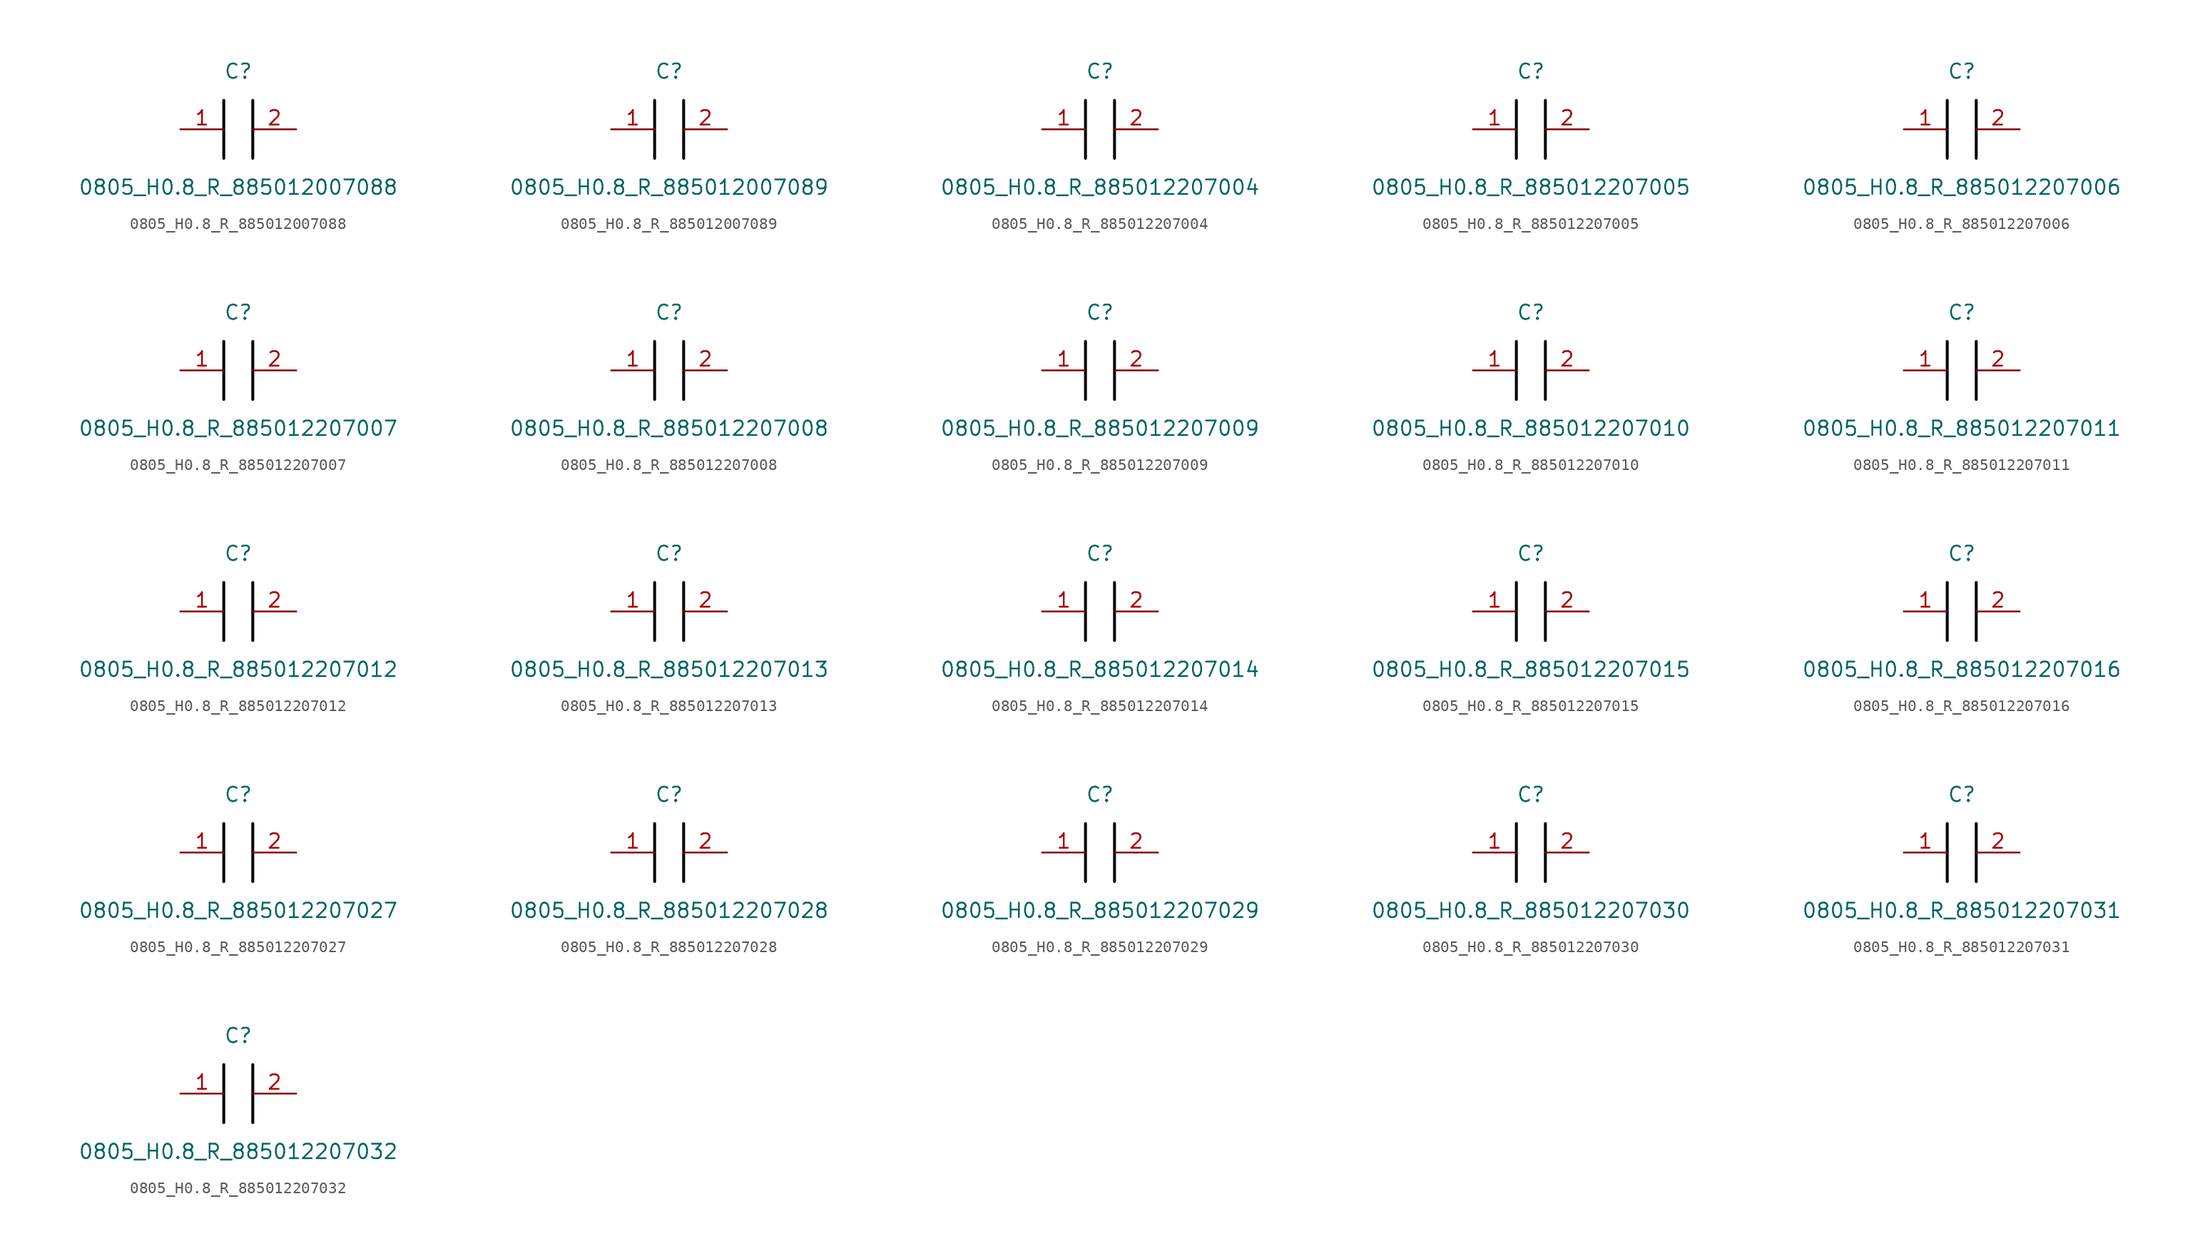
<source format=kicad_sym>
(kicad_symbol_lib
  (version 20220914)
  (generator kicad_symbol_editor)
  (symbol "0805_H0.8_R_885012007088"
    (pin_names hide)
    (property "Reference" "C"
      (at 0 5.08 0)
      (effects (font (size 1.27 1.27))))
    (property "Value" "0805_H0.8_R_885012007088"
      (at 0 -5.08 0)
      (effects (font (size 1.27 1.27))))
    (symbol "0805_H0.8_R_885012007088_1_1"
      (polyline (pts (xy -1.27 2.54) (xy -1.27 -2.54)) (stroke (width 0.254) (type default) (color 0 0 0 1)) (fill (type none)))
      (polyline (pts (xy 1.27 2.54) (xy 1.27 -2.54)) (stroke (width 0.254) (type default) (color 0 0 0 1)) (fill (type none)))
      (pin passive line (at -5.08 0 0) (length 3.81) (name "1" (effects (font (size 1.27 1.27)))) (number "1" (effects (font (size 1.27 1.27)))))
      (pin passive line (at 5.08 0 180) (length 3.81) (name "2" (effects (font (size 1.27 1.27)))) (number "2" (effects (font (size 1.27 1.27)))))))
  (symbol "0805_H0.8_R_885012007089"
    (pin_names hide)
    (property "Reference" "C"
      (at 0 5.08 0)
      (effects (font (size 1.27 1.27))))
    (property "Value" "0805_H0.8_R_885012007089"
      (at 0 -5.08 0)
      (effects (font (size 1.27 1.27))))
    (symbol "0805_H0.8_R_885012007089_1_1"
      (polyline (pts (xy -1.27 2.54) (xy -1.27 -2.54)) (stroke (width 0.254) (type default) (color 0 0 0 1)) (fill (type none)))
      (polyline (pts (xy 1.27 2.54) (xy 1.27 -2.54)) (stroke (width 0.254) (type default) (color 0 0 0 1)) (fill (type none)))
      (pin passive line (at -5.08 0 0) (length 3.81) (name "1" (effects (font (size 1.27 1.27)))) (number "1" (effects (font (size 1.27 1.27)))))
      (pin passive line (at 5.08 0 180) (length 3.81) (name "2" (effects (font (size 1.27 1.27)))) (number "2" (effects (font (size 1.27 1.27)))))))
  (symbol "0805_H0.8_R_885012207004"
    (pin_names hide)
    (property "Reference" "C"
      (at 0 5.08 0)
      (effects (font (size 1.27 1.27))))
    (property "Value" "0805_H0.8_R_885012207004"
      (at 0 -5.08 0)
      (effects (font (size 1.27 1.27))))
    (symbol "0805_H0.8_R_885012207004_1_1"
      (polyline (pts (xy -1.27 2.54) (xy -1.27 -2.54)) (stroke (width 0.254) (type default) (color 0 0 0 1)) (fill (type none)))
      (polyline (pts (xy 1.27 2.54) (xy 1.27 -2.54)) (stroke (width 0.254) (type default) (color 0 0 0 1)) (fill (type none)))
      (pin passive line (at -5.08 0 0) (length 3.81) (name "1" (effects (font (size 1.27 1.27)))) (number "1" (effects (font (size 1.27 1.27)))))
      (pin passive line (at 5.08 0 180) (length 3.81) (name "2" (effects (font (size 1.27 1.27)))) (number "2" (effects (font (size 1.27 1.27)))))))
  (symbol "0805_H0.8_R_885012207005"
    (pin_names hide)
    (property "Reference" "C"
      (at 0 5.08 0)
      (effects (font (size 1.27 1.27))))
    (property "Value" "0805_H0.8_R_885012207005"
      (at 0 -5.08 0)
      (effects (font (size 1.27 1.27))))
    (symbol "0805_H0.8_R_885012207005_1_1"
      (polyline (pts (xy -1.27 2.54) (xy -1.27 -2.54)) (stroke (width 0.254) (type default) (color 0 0 0 1)) (fill (type none)))
      (polyline (pts (xy 1.27 2.54) (xy 1.27 -2.54)) (stroke (width 0.254) (type default) (color 0 0 0 1)) (fill (type none)))
      (pin passive line (at -5.08 0 0) (length 3.81) (name "1" (effects (font (size 1.27 1.27)))) (number "1" (effects (font (size 1.27 1.27)))))
      (pin passive line (at 5.08 0 180) (length 3.81) (name "2" (effects (font (size 1.27 1.27)))) (number "2" (effects (font (size 1.27 1.27)))))))
  (symbol "0805_H0.8_R_885012207006"
    (pin_names hide)
    (property "Reference" "C"
      (at 0 5.08 0)
      (effects (font (size 1.27 1.27))))
    (property "Value" "0805_H0.8_R_885012207006"
      (at 0 -5.08 0)
      (effects (font (size 1.27 1.27))))
    (symbol "0805_H0.8_R_885012207006_1_1"
      (polyline (pts (xy -1.27 2.54) (xy -1.27 -2.54)) (stroke (width 0.254) (type default) (color 0 0 0 1)) (fill (type none)))
      (polyline (pts (xy 1.27 2.54) (xy 1.27 -2.54)) (stroke (width 0.254) (type default) (color 0 0 0 1)) (fill (type none)))
      (pin passive line (at -5.08 0 0) (length 3.81) (name "1" (effects (font (size 1.27 1.27)))) (number "1" (effects (font (size 1.27 1.27)))))
      (pin passive line (at 5.08 0 180) (length 3.81) (name "2" (effects (font (size 1.27 1.27)))) (number "2" (effects (font (size 1.27 1.27)))))))
  (symbol "0805_H0.8_R_885012207007"
    (pin_names hide)
    (property "Reference" "C"
      (at 0 5.08 0)
      (effects (font (size 1.27 1.27))))
    (property "Value" "0805_H0.8_R_885012207007"
      (at 0 -5.08 0)
      (effects (font (size 1.27 1.27))))
    (symbol "0805_H0.8_R_885012207007_1_1"
      (polyline (pts (xy -1.27 2.54) (xy -1.27 -2.54)) (stroke (width 0.254) (type default) (color 0 0 0 1)) (fill (type none)))
      (polyline (pts (xy 1.27 2.54) (xy 1.27 -2.54)) (stroke (width 0.254) (type default) (color 0 0 0 1)) (fill (type none)))
      (pin passive line (at -5.08 0 0) (length 3.81) (name "1" (effects (font (size 1.27 1.27)))) (number "1" (effects (font (size 1.27 1.27)))))
      (pin passive line (at 5.08 0 180) (length 3.81) (name "2" (effects (font (size 1.27 1.27)))) (number "2" (effects (font (size 1.27 1.27)))))))
  (symbol "0805_H0.8_R_885012207008"
    (pin_names hide)
    (property "Reference" "C"
      (at 0 5.08 0)
      (effects (font (size 1.27 1.27))))
    (property "Value" "0805_H0.8_R_885012207008"
      (at 0 -5.08 0)
      (effects (font (size 1.27 1.27))))
    (symbol "0805_H0.8_R_885012207008_1_1"
      (polyline (pts (xy -1.27 2.54) (xy -1.27 -2.54)) (stroke (width 0.254) (type default) (color 0 0 0 1)) (fill (type none)))
      (polyline (pts (xy 1.27 2.54) (xy 1.27 -2.54)) (stroke (width 0.254) (type default) (color 0 0 0 1)) (fill (type none)))
      (pin passive line (at -5.08 0 0) (length 3.81) (name "1" (effects (font (size 1.27 1.27)))) (number "1" (effects (font (size 1.27 1.27)))))
      (pin passive line (at 5.08 0 180) (length 3.81) (name "2" (effects (font (size 1.27 1.27)))) (number "2" (effects (font (size 1.27 1.27)))))))
  (symbol "0805_H0.8_R_885012207009"
    (pin_names hide)
    (property "Reference" "C"
      (at 0 5.08 0)
      (effects (font (size 1.27 1.27))))
    (property "Value" "0805_H0.8_R_885012207009"
      (at 0 -5.08 0)
      (effects (font (size 1.27 1.27))))
    (symbol "0805_H0.8_R_885012207009_1_1"
      (polyline (pts (xy -1.27 2.54) (xy -1.27 -2.54)) (stroke (width 0.254) (type default) (color 0 0 0 1)) (fill (type none)))
      (polyline (pts (xy 1.27 2.54) (xy 1.27 -2.54)) (stroke (width 0.254) (type default) (color 0 0 0 1)) (fill (type none)))
      (pin passive line (at -5.08 0 0) (length 3.81) (name "1" (effects (font (size 1.27 1.27)))) (number "1" (effects (font (size 1.27 1.27)))))
      (pin passive line (at 5.08 0 180) (length 3.81) (name "2" (effects (font (size 1.27 1.27)))) (number "2" (effects (font (size 1.27 1.27)))))))
  (symbol "0805_H0.8_R_885012207010"
    (pin_names hide)
    (property "Reference" "C"
      (at 0 5.08 0)
      (effects (font (size 1.27 1.27))))
    (property "Value" "0805_H0.8_R_885012207010"
      (at 0 -5.08 0)
      (effects (font (size 1.27 1.27))))
    (symbol "0805_H0.8_R_885012207010_1_1"
      (polyline (pts (xy -1.27 2.54) (xy -1.27 -2.54)) (stroke (width 0.254) (type default) (color 0 0 0 1)) (fill (type none)))
      (polyline (pts (xy 1.27 2.54) (xy 1.27 -2.54)) (stroke (width 0.254) (type default) (color 0 0 0 1)) (fill (type none)))
      (pin passive line (at -5.08 0 0) (length 3.81) (name "1" (effects (font (size 1.27 1.27)))) (number "1" (effects (font (size 1.27 1.27)))))
      (pin passive line (at 5.08 0 180) (length 3.81) (name "2" (effects (font (size 1.27 1.27)))) (number "2" (effects (font (size 1.27 1.27)))))))
  (symbol "0805_H0.8_R_885012207011"
    (pin_names hide)
    (property "Reference" "C"
      (at 0 5.08 0)
      (effects (font (size 1.27 1.27))))
    (property "Value" "0805_H0.8_R_885012207011"
      (at 0 -5.08 0)
      (effects (font (size 1.27 1.27))))
    (symbol "0805_H0.8_R_885012207011_1_1"
      (polyline (pts (xy -1.27 2.54) (xy -1.27 -2.54)) (stroke (width 0.254) (type default) (color 0 0 0 1)) (fill (type none)))
      (polyline (pts (xy 1.27 2.54) (xy 1.27 -2.54)) (stroke (width 0.254) (type default) (color 0 0 0 1)) (fill (type none)))
      (pin passive line (at -5.08 0 0) (length 3.81) (name "1" (effects (font (size 1.27 1.27)))) (number "1" (effects (font (size 1.27 1.27)))))
      (pin passive line (at 5.08 0 180) (length 3.81) (name "2" (effects (font (size 1.27 1.27)))) (number "2" (effects (font (size 1.27 1.27)))))))
  (symbol "0805_H0.8_R_885012207012"
    (pin_names hide)
    (property "Reference" "C"
      (at 0 5.08 0)
      (effects (font (size 1.27 1.27))))
    (property "Value" "0805_H0.8_R_885012207012"
      (at 0 -5.08 0)
      (effects (font (size 1.27 1.27))))
    (symbol "0805_H0.8_R_885012207012_1_1"
      (polyline (pts (xy -1.27 2.54) (xy -1.27 -2.54)) (stroke (width 0.254) (type default) (color 0 0 0 1)) (fill (type none)))
      (polyline (pts (xy 1.27 2.54) (xy 1.27 -2.54)) (stroke (width 0.254) (type default) (color 0 0 0 1)) (fill (type none)))
      (pin passive line (at -5.08 0 0) (length 3.81) (name "1" (effects (font (size 1.27 1.27)))) (number "1" (effects (font (size 1.27 1.27)))))
      (pin passive line (at 5.08 0 180) (length 3.81) (name "2" (effects (font (size 1.27 1.27)))) (number "2" (effects (font (size 1.27 1.27)))))))
  (symbol "0805_H0.8_R_885012207013"
    (pin_names hide)
    (property "Reference" "C"
      (at 0 5.08 0)
      (effects (font (size 1.27 1.27))))
    (property "Value" "0805_H0.8_R_885012207013"
      (at 0 -5.08 0)
      (effects (font (size 1.27 1.27))))
    (symbol "0805_H0.8_R_885012207013_1_1"
      (polyline (pts (xy -1.27 2.54) (xy -1.27 -2.54)) (stroke (width 0.254) (type default) (color 0 0 0 1)) (fill (type none)))
      (polyline (pts (xy 1.27 2.54) (xy 1.27 -2.54)) (stroke (width 0.254) (type default) (color 0 0 0 1)) (fill (type none)))
      (pin passive line (at -5.08 0 0) (length 3.81) (name "1" (effects (font (size 1.27 1.27)))) (number "1" (effects (font (size 1.27 1.27)))))
      (pin passive line (at 5.08 0 180) (length 3.81) (name "2" (effects (font (size 1.27 1.27)))) (number "2" (effects (font (size 1.27 1.27)))))))
  (symbol "0805_H0.8_R_885012207014"
    (pin_names hide)
    (property "Reference" "C"
      (at 0 5.08 0)
      (effects (font (size 1.27 1.27))))
    (property "Value" "0805_H0.8_R_885012207014"
      (at 0 -5.08 0)
      (effects (font (size 1.27 1.27))))
    (symbol "0805_H0.8_R_885012207014_1_1"
      (polyline (pts (xy -1.27 2.54) (xy -1.27 -2.54)) (stroke (width 0.254) (type default) (color 0 0 0 1)) (fill (type none)))
      (polyline (pts (xy 1.27 2.54) (xy 1.27 -2.54)) (stroke (width 0.254) (type default) (color 0 0 0 1)) (fill (type none)))
      (pin passive line (at -5.08 0 0) (length 3.81) (name "1" (effects (font (size 1.27 1.27)))) (number "1" (effects (font (size 1.27 1.27)))))
      (pin passive line (at 5.08 0 180) (length 3.81) (name "2" (effects (font (size 1.27 1.27)))) (number "2" (effects (font (size 1.27 1.27)))))))
  (symbol "0805_H0.8_R_885012207015"
    (pin_names hide)
    (property "Reference" "C"
      (at 0 5.08 0)
      (effects (font (size 1.27 1.27))))
    (property "Value" "0805_H0.8_R_885012207015"
      (at 0 -5.08 0)
      (effects (font (size 1.27 1.27))))
    (symbol "0805_H0.8_R_885012207015_1_1"
      (polyline (pts (xy -1.27 2.54) (xy -1.27 -2.54)) (stroke (width 0.254) (type default) (color 0 0 0 1)) (fill (type none)))
      (polyline (pts (xy 1.27 2.54) (xy 1.27 -2.54)) (stroke (width 0.254) (type default) (color 0 0 0 1)) (fill (type none)))
      (pin passive line (at -5.08 0 0) (length 3.81) (name "1" (effects (font (size 1.27 1.27)))) (number "1" (effects (font (size 1.27 1.27)))))
      (pin passive line (at 5.08 0 180) (length 3.81) (name "2" (effects (font (size 1.27 1.27)))) (number "2" (effects (font (size 1.27 1.27)))))))
  (symbol "0805_H0.8_R_885012207016"
    (pin_names hide)
    (property "Reference" "C"
      (at 0 5.08 0)
      (effects (font (size 1.27 1.27))))
    (property "Value" "0805_H0.8_R_885012207016"
      (at 0 -5.08 0)
      (effects (font (size 1.27 1.27))))
    (symbol "0805_H0.8_R_885012207016_1_1"
      (polyline (pts (xy -1.27 2.54) (xy -1.27 -2.54)) (stroke (width 0.254) (type default) (color 0 0 0 1)) (fill (type none)))
      (polyline (pts (xy 1.27 2.54) (xy 1.27 -2.54)) (stroke (width 0.254) (type default) (color 0 0 0 1)) (fill (type none)))
      (pin passive line (at -5.08 0 0) (length 3.81) (name "1" (effects (font (size 1.27 1.27)))) (number "1" (effects (font (size 1.27 1.27)))))
      (pin passive line (at 5.08 0 180) (length 3.81) (name "2" (effects (font (size 1.27 1.27)))) (number "2" (effects (font (size 1.27 1.27)))))))
  (symbol "0805_H0.8_R_885012207027"
    (pin_names hide)
    (property "Reference" "C"
      (at 0 5.08 0)
      (effects (font (size 1.27 1.27))))
    (property "Value" "0805_H0.8_R_885012207027"
      (at 0 -5.08 0)
      (effects (font (size 1.27 1.27))))
    (symbol "0805_H0.8_R_885012207027_1_1"
      (polyline (pts (xy -1.27 2.54) (xy -1.27 -2.54)) (stroke (width 0.254) (type default) (color 0 0 0 1)) (fill (type none)))
      (polyline (pts (xy 1.27 2.54) (xy 1.27 -2.54)) (stroke (width 0.254) (type default) (color 0 0 0 1)) (fill (type none)))
      (pin passive line (at -5.08 0 0) (length 3.81) (name "1" (effects (font (size 1.27 1.27)))) (number "1" (effects (font (size 1.27 1.27)))))
      (pin passive line (at 5.08 0 180) (length 3.81) (name "2" (effects (font (size 1.27 1.27)))) (number "2" (effects (font (size 1.27 1.27)))))))
  (symbol "0805_H0.8_R_885012207028"
    (pin_names hide)
    (property "Reference" "C"
      (at 0 5.08 0)
      (effects (font (size 1.27 1.27))))
    (property "Value" "0805_H0.8_R_885012207028"
      (at 0 -5.08 0)
      (effects (font (size 1.27 1.27))))
    (symbol "0805_H0.8_R_885012207028_1_1"
      (polyline (pts (xy -1.27 2.54) (xy -1.27 -2.54)) (stroke (width 0.254) (type default) (color 0 0 0 1)) (fill (type none)))
      (polyline (pts (xy 1.27 2.54) (xy 1.27 -2.54)) (stroke (width 0.254) (type default) (color 0 0 0 1)) (fill (type none)))
      (pin passive line (at -5.08 0 0) (length 3.81) (name "1" (effects (font (size 1.27 1.27)))) (number "1" (effects (font (size 1.27 1.27)))))
      (pin passive line (at 5.08 0 180) (length 3.81) (name "2" (effects (font (size 1.27 1.27)))) (number "2" (effects (font (size 1.27 1.27)))))))
  (symbol "0805_H0.8_R_885012207029"
    (pin_names hide)
    (property "Reference" "C"
      (at 0 5.08 0)
      (effects (font (size 1.27 1.27))))
    (property "Value" "0805_H0.8_R_885012207029"
      (at 0 -5.08 0)
      (effects (font (size 1.27 1.27))))
    (symbol "0805_H0.8_R_885012207029_1_1"
      (polyline (pts (xy -1.27 2.54) (xy -1.27 -2.54)) (stroke (width 0.254) (type default) (color 0 0 0 1)) (fill (type none)))
      (polyline (pts (xy 1.27 2.54) (xy 1.27 -2.54)) (stroke (width 0.254) (type default) (color 0 0 0 1)) (fill (type none)))
      (pin passive line (at -5.08 0 0) (length 3.81) (name "1" (effects (font (size 1.27 1.27)))) (number "1" (effects (font (size 1.27 1.27)))))
      (pin passive line (at 5.08 0 180) (length 3.81) (name "2" (effects (font (size 1.27 1.27)))) (number "2" (effects (font (size 1.27 1.27)))))))
  (symbol "0805_H0.8_R_885012207030"
    (pin_names hide)
    (property "Reference" "C"
      (at 0 5.08 0)
      (effects (font (size 1.27 1.27))))
    (property "Value" "0805_H0.8_R_885012207030"
      (at 0 -5.08 0)
      (effects (font (size 1.27 1.27))))
    (symbol "0805_H0.8_R_885012207030_1_1"
      (polyline (pts (xy -1.27 2.54) (xy -1.27 -2.54)) (stroke (width 0.254) (type default) (color 0 0 0 1)) (fill (type none)))
      (polyline (pts (xy 1.27 2.54) (xy 1.27 -2.54)) (stroke (width 0.254) (type default) (color 0 0 0 1)) (fill (type none)))
      (pin passive line (at -5.08 0 0) (length 3.81) (name "1" (effects (font (size 1.27 1.27)))) (number "1" (effects (font (size 1.27 1.27)))))
      (pin passive line (at 5.08 0 180) (length 3.81) (name "2" (effects (font (size 1.27 1.27)))) (number "2" (effects (font (size 1.27 1.27)))))))
  (symbol "0805_H0.8_R_885012207031"
    (pin_names hide)
    (property "Reference" "C"
      (at 0 5.08 0)
      (effects (font (size 1.27 1.27))))
    (property "Value" "0805_H0.8_R_885012207031"
      (at 0 -5.08 0)
      (effects (font (size 1.27 1.27))))
    (symbol "0805_H0.8_R_885012207031_1_1"
      (polyline (pts (xy -1.27 2.54) (xy -1.27 -2.54)) (stroke (width 0.254) (type default) (color 0 0 0 1)) (fill (type none)))
      (polyline (pts (xy 1.27 2.54) (xy 1.27 -2.54)) (stroke (width 0.254) (type default) (color 0 0 0 1)) (fill (type none)))
      (pin passive line (at -5.08 0 0) (length 3.81) (name "1" (effects (font (size 1.27 1.27)))) (number "1" (effects (font (size 1.27 1.27)))))
      (pin passive line (at 5.08 0 180) (length 3.81) (name "2" (effects (font (size 1.27 1.27)))) (number "2" (effects (font (size 1.27 1.27)))))))
  (symbol "0805_H0.8_R_885012207032"
    (pin_names hide)
    (property "Reference" "C"
      (at 0 5.08 0)
      (effects (font (size 1.27 1.27))))
    (property "Value" "0805_H0.8_R_885012207032"
      (at 0 -5.08 0)
      (effects (font (size 1.27 1.27))))
    (symbol "0805_H0.8_R_885012207032_1_1"
      (polyline (pts (xy -1.27 2.54) (xy -1.27 -2.54)) (stroke (width 0.254) (type default) (color 0 0 0 1)) (fill (type none)))
      (polyline (pts (xy 1.27 2.54) (xy 1.27 -2.54)) (stroke (width 0.254) (type default) (color 0 0 0 1)) (fill (type none)))
      (pin passive line (at -5.08 0 0) (length 3.81) (name "1" (effects (font (size 1.27 1.27)))) (number "1" (effects (font (size 1.27 1.27)))))
      (pin passive line (at 5.08 0 180) (length 3.81) (name "2" (effects (font (size 1.27 1.27)))) (number "2" (effects (font (size 1.27 1.27))))))))
</source>
